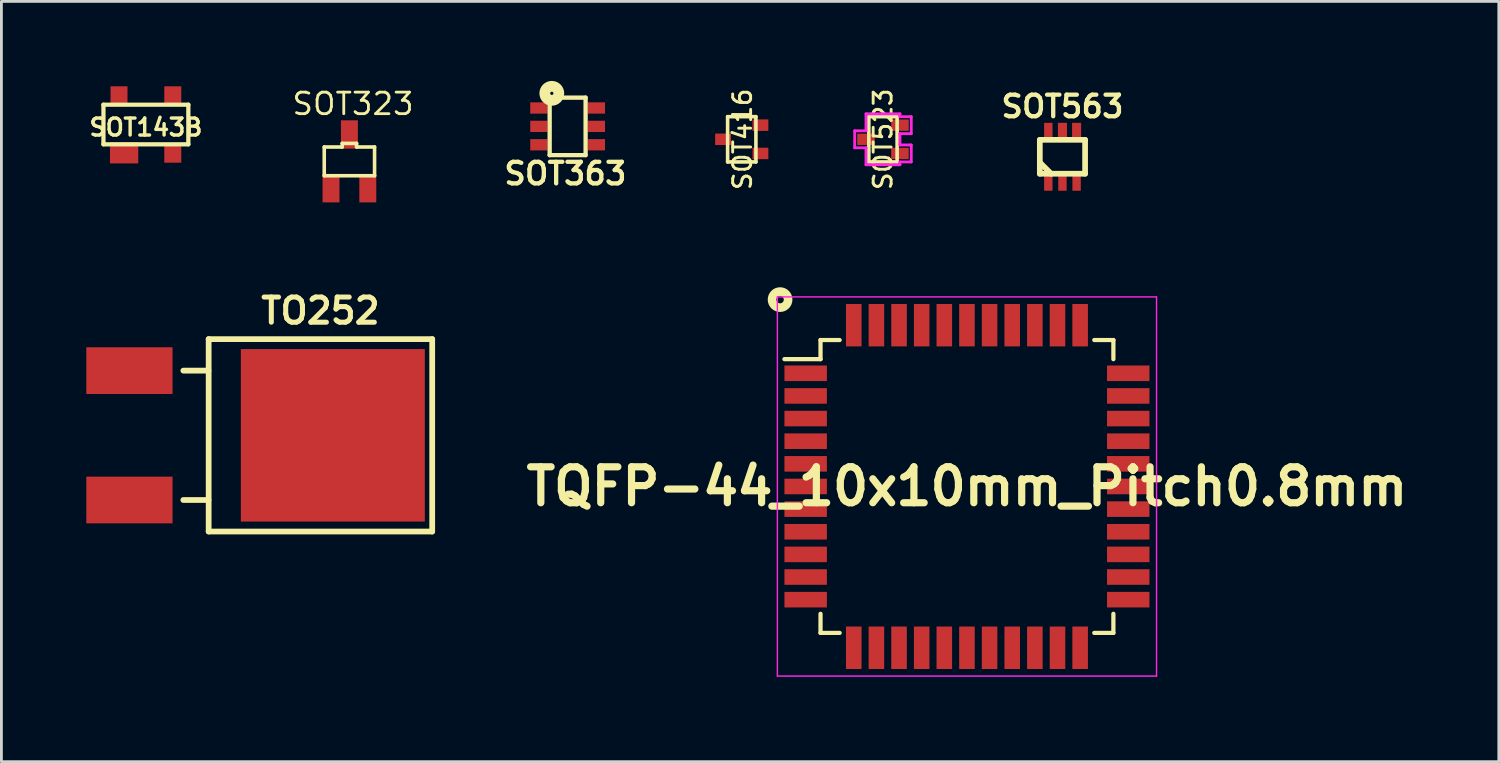
<source format=kicad_pcb>
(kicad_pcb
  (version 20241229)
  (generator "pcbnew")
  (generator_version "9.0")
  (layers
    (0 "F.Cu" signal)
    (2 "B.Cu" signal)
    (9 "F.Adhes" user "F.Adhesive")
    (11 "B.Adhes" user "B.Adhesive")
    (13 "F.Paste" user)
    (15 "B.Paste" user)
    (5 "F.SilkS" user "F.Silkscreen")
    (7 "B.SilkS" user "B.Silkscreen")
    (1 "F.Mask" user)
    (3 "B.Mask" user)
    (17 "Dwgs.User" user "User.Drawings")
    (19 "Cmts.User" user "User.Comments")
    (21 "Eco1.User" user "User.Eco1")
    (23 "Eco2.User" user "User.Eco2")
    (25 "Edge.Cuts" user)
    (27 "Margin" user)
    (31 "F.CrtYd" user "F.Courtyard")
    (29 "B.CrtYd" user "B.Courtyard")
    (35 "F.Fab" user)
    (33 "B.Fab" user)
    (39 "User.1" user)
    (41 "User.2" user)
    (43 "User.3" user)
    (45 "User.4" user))
  (footprint "SOT363"
    (layer "F.Cu")
    (at 17.01 1.416)
    (property "Reference" "SOT363" (at -0.079 1.669 180) (layer "F.SilkS") (effects (font (size 0.762 0.762) (thickness 0.152))))
    (attr smd)
    (fp_line (start -0.635 -1.016) (end -0.635 1.016) (stroke (width 0.152) (type solid)) (layer "F.SilkS"))
    (fp_line (start -0.635 1.016) (end 0.635 1.016) (stroke (width 0.152) (type solid)) (layer "F.SilkS"))
    (fp_line (start 0.635 -1.016) (end -0.635 -1.016) (stroke (width 0.152) (type solid)) (layer "F.SilkS"))
    (fp_line (start 0.635 1.016) (end 0.635 -1.016) (stroke (width 0.152) (type solid)) (layer "F.SilkS"))
    (fp_circle (center -0.559 -1.168) (end -0.61 -1.194) (stroke (width 0.381) (type solid)) (fill no) (layer "F.SilkS"))
    (pad "1" smd rect (at -1.016 -0.65) (size 0.61 0.399) (layers "F.Cu" "F.Mask" "F.Paste"))
    (pad "2" smd rect (at -1.016 0) (size 0.61 0.399) (layers "F.Cu" "F.Mask" "F.Paste"))
    (pad "3" smd rect (at -1.016 0.65) (size 0.61 0.399) (layers "F.Cu" "F.Mask" "F.Paste"))
    (pad "4" smd rect (at 1.016 0.65) (size 0.61 0.399) (layers "F.Cu" "F.Mask" "F.Paste"))
    (pad "5" smd rect (at 1.016 0) (size 0.61 0.399) (layers "F.Cu" "F.Mask" "F.Paste"))
    (pad "6" smd rect (at 1.016 -0.65) (size 0.61 0.399) (layers "F.Cu" "F.Mask" "F.Paste")))
  (footprint "SOT323"
    (layer "F.Cu")
    (at 9.298 2.652)
    (property "Reference" "SOT323" (at 0.127 -2.032 0) (layer "F.SilkS") (effects (font (size 0.762 0.762) (thickness 0.099))))
    (attr smd)
    (fp_line (start -0.889 -0.508) (end -0.889 0.508) (stroke (width 0.127) (type solid)) (layer "F.SilkS"))
    (fp_line (start -0.889 0.508) (end 0.889 0.508) (stroke (width 0.127) (type solid)) (layer "F.SilkS"))
    (fp_line (start -0.254 -0.635) (end -0.254 -0.508) (stroke (width 0.127) (type solid)) (layer "F.SilkS"))
    (fp_line (start -0.254 -0.508) (end -0.889 -0.508) (stroke (width 0.127) (type solid)) (layer "F.SilkS"))
    (fp_line (start 0.254 -0.635) (end -0.254 -0.635) (stroke (width 0.127) (type solid)) (layer "F.SilkS"))
    (fp_line (start 0.254 -0.508) (end 0.254 -0.635) (stroke (width 0.127) (type solid)) (layer "F.SilkS"))
    (fp_line (start 0.889 -0.508) (end 0.254 -0.508) (stroke (width 0.127) (type solid)) (layer "F.SilkS"))
    (fp_line (start 0.889 0.508) (end 0.889 -0.508) (stroke (width 0.127) (type solid)) (layer "F.SilkS"))
    (pad "1" smd rect (at -0.65 0.95 180) (size 0.599 1.001) (layers "F.Cu" "F.Mask" "F.Paste"))
    (pad "2" smd rect (at 0.65 0.95 180) (size 0.599 1.001) (layers "F.Cu" "F.Mask" "F.Paste"))
    (pad "3" smd rect (at 0 -0.95 180) (size 0.599 1.001) (layers "F.Cu" "F.Mask" "F.Paste")))
  (footprint "SOT523"
    (layer "F.Cu")
    (at 28.154 1.873)
    (property "Reference" "SOT523" (at 0 0 90) (layer "F.SilkS") (effects (font (size 0.635 0.635) (thickness 0.102))))
    (attr smd)
    (fp_line (start -0.5 -0.8) (end -0.5 0.8) (stroke (width 0.127) (type solid)) (layer "F.SilkS"))
    (fp_line (start -0.5 0.8) (end 0.5 0.8) (stroke (width 0.127) (type solid)) (layer "F.SilkS"))
    (fp_line (start 0.5 -0.8) (end -0.5 -0.8) (stroke (width 0.127) (type solid)) (layer "F.SilkS"))
    (fp_line (start 0.5 0.8) (end 0.5 -0.8) (stroke (width 0.127) (type solid)) (layer "F.SilkS"))
    (fp_line (start -1 -0.3) (end -1 0.3) (stroke (width 0.1) (type solid)) (layer "F.CrtYd"))
    (fp_line (start -1 0.3) (end -0.6 0.3) (stroke (width 0.1) (type solid)) (layer "F.CrtYd"))
    (fp_line (start -0.6 -0.9) (end -0.6 -0.3) (stroke (width 0.1) (type solid)) (layer "F.CrtYd"))
    (fp_line (start -0.6 -0.3) (end -1 -0.3) (stroke (width 0.1) (type solid)) (layer "F.CrtYd"))
    (fp_line (start -0.6 0.3) (end -0.6 0.9) (stroke (width 0.1) (type solid)) (layer "F.CrtYd"))
    (fp_line (start -0.6 0.9) (end 0.6 0.9) (stroke (width 0.1) (type solid)) (layer "F.CrtYd"))
    (fp_line (start 0.6 -0.9) (end -0.6 -0.9) (stroke (width 0.1) (type solid)) (layer "F.CrtYd"))
    (fp_line (start 0.6 -0.8) (end 0.6 -0.9) (stroke (width 0.1) (type solid)) (layer "F.CrtYd"))
    (fp_line (start 0.6 -0.2) (end 1 -0.2) (stroke (width 0.1) (type solid)) (layer "F.CrtYd"))
    (fp_line (start 0.6 0.2) (end 0.6 -0.2) (stroke (width 0.1) (type solid)) (layer "F.CrtYd"))
    (fp_line (start 0.6 0.8) (end 1 0.8) (stroke (width 0.1) (type solid)) (layer "F.CrtYd"))
    (fp_line (start 0.6 0.9) (end 0.6 0.8) (stroke (width 0.1) (type solid)) (layer "F.CrtYd"))
    (fp_line (start 1 -0.8) (end 0.6 -0.8) (stroke (width 0.1) (type solid)) (layer "F.CrtYd"))
    (fp_line (start 1 -0.2) (end 1 -0.8) (stroke (width 0.1) (type solid)) (layer "F.CrtYd"))
    (fp_line (start 1 0.2) (end 0.6 0.2) (stroke (width 0.1) (type solid)) (layer "F.CrtYd"))
    (fp_line (start 1 0.8) (end 1 0.2) (stroke (width 0.1) (type solid)) (layer "F.CrtYd"))
    (pad "1" smd rect (at 0.6 0.5 270) (size 0.4 0.62) (layers "F.Cu" "F.Mask" "F.Paste"))
    (pad "2" smd rect (at 0.6 -0.5 270) (size 0.4 0.62) (layers "F.Cu" "F.Mask" "F.Paste"))
    (pad "3" smd rect (at -0.6 0 270) (size 0.4 0.62) (layers "F.Cu" "F.Mask" "F.Paste")))
  (footprint "SOT563"
    (layer "F.Cu")
    (at 34.497 2.491)
    (property "Reference" "SOT563" (at 0 -1.778 0) (layer "F.SilkS") (effects (font (size 0.762 0.762) (thickness 0.152))))
    (attr through_hole)
    (fp_line (start -0.8 -0.599) (end -0.8 0.599) (stroke (width 0.201) (type solid)) (layer "F.SilkS"))
    (fp_line (start -0.8 0.599) (end 0.8 0.599) (stroke (width 0.201) (type solid)) (layer "F.SilkS"))
    (fp_line (start -0.4 0.6) (end -0.8 0.2) (stroke (width 0.2) (type solid)) (layer "F.SilkS"))
    (fp_line (start 0.8 -0.599) (end -0.8 -0.599) (stroke (width 0.201) (type solid)) (layer "F.SilkS"))
    (fp_line (start 0.8 0.599) (end 0.8 -0.599) (stroke (width 0.201) (type solid)) (layer "F.SilkS"))
    (pad "1" smd rect (at -0.5 0.9) (size 0.296 0.6) (layers "F.Cu" "F.Mask" "F.Paste"))
    (pad "2" smd rect (at 0 0.9) (size 0.296 0.6) (layers "F.Cu" "F.Mask" "F.Paste"))
    (pad "3" smd rect (at 0.5 0.9) (size 0.296 0.6) (layers "F.Cu" "F.Mask" "F.Paste"))
    (pad "4" smd rect (at 0.5 -0.9) (size 0.32 0.6) (layers "F.Cu" "F.Mask" "F.Paste"))
    (pad "5" smd rect (at 0 -0.9) (size 0.32 0.6) (layers "F.Cu" "F.Mask" "F.Paste"))
    (pad "6" smd rect (at -0.5 -0.9) (size 0.296 0.6) (layers "F.Cu" "F.Mask" "F.Paste")))
  (footprint "SOT143B"
    (layer "F.Cu")
    (at 2.106 1.35)
    (property "Reference" "SOT143B" (at 0 0.1 0) (layer "F.SilkS") (effects (font (size 0.6 0.6) (thickness 0.12))))
    (attr smd)
    (fp_line (start -1.5 -0.7) (end 1.5 -0.7) (stroke (width 0.15) (type solid)) (layer "F.SilkS"))
    (fp_line (start -1.5 0.7) (end -1.5 -0.7) (stroke (width 0.15) (type solid)) (layer "F.SilkS"))
    (fp_line (start 1.5 -0.7) (end 1.5 0.7) (stroke (width 0.15) (type solid)) (layer "F.SilkS"))
    (fp_line (start 1.5 0.7) (end -1.5 0.7) (stroke (width 0.15) (type solid)) (layer "F.SilkS"))
    (pad "1" smd rect (at -0.77 1) (size 1 0.75) (layers "F.Cu" "F.Mask" "F.Paste"))
    (pad "2" smd rect (at 0.95 1) (size 0.6 0.7) (layers "F.Cu" "F.Mask" "F.Paste"))
    (pad "3" smd rect (at 0.95 -1) (size 0.6 0.7) (layers "F.Cu" "F.Mask" "F.Paste"))
    (pad "4" smd rect (at -0.95 -1) (size 0.6 0.7) (layers "F.Cu" "F.Mask" "F.Paste")))
  (footprint "TO252"
    (layer "F.Cu")
    (at 4.524 12.334)
    (property "Reference" "TO252" (at 3.75 -4.4 0) (layer "F.SilkS") (effects (font (size 0.889 0.889) (thickness 0.178))))
    (attr smd)
    (fp_line (start -0.206 -2.286) (end -1.095 -2.286) (stroke (width 0.203) (type solid)) (layer "F.SilkS"))
    (fp_line (start -0.206 2.286) (end -1.095 2.286) (stroke (width 0.203) (type solid)) (layer "F.SilkS"))
    (fp_line (start -0.2 -3.4) (end -0.2 3.4) (stroke (width 0.203) (type solid)) (layer "F.SilkS"))
    (fp_line (start -0.2 3.4) (end 7.7 3.4) (stroke (width 0.203) (type solid)) (layer "F.SilkS"))
    (fp_line (start 7.7 -3.4) (end -0.2 -3.4) (stroke (width 0.203) (type solid)) (layer "F.SilkS"))
    (fp_line (start 7.7 3.4) (end 7.7 -3.4) (stroke (width 0.203) (type solid)) (layer "F.SilkS"))
    (pad "1" smd rect (at -3 -2.286 270) (size 1.651 3.048) (layers "F.Cu" "F.Mask" "F.Paste"))
    (pad "3" smd rect (at -3 2.286 270) (size 1.651 3.048) (layers "F.Cu" "F.Mask" "F.Paste"))
    (pad "4" smd rect (at 4.188 0 270) (size 6.096 6.502) (layers "F.Cu" "F.Mask" "F.Paste")))
  (footprint "TQFP-44_10x10mm_Pitch0.8mm"
    (layer "F.Cu")
    (at 31.122 14.142)
    (property "Reference" "TQFP-44_10x10mm_Pitch0.8mm" (at 0 0 0) (layer "F.SilkS") (effects (font (size 1.27 1.27) (thickness 0.254))))
    (attr smd)
    (fp_line (start -5.175 -5.175) (end -5.175 -4.5) (stroke (width 0.15) (type solid)) (layer "F.SilkS"))
    (fp_line (start -5.175 -5.175) (end -4.5 -5.175) (stroke (width 0.15) (type solid)) (layer "F.SilkS"))
    (fp_line (start -5.175 -4.5) (end -6.45 -4.5) (stroke (width 0.15) (type solid)) (layer "F.SilkS"))
    (fp_line (start -5.175 5.175) (end -5.175 4.5) (stroke (width 0.15) (type solid)) (layer "F.SilkS"))
    (fp_line (start -5.175 5.175) (end -4.5 5.175) (stroke (width 0.15) (type solid)) (layer "F.SilkS"))
    (fp_line (start 5.175 -5.175) (end 4.5 -5.175) (stroke (width 0.15) (type solid)) (layer "F.SilkS"))
    (fp_line (start 5.175 -5.175) (end 5.175 -4.5) (stroke (width 0.15) (type solid)) (layer "F.SilkS"))
    (fp_line (start 5.175 5.175) (end 4.5 5.175) (stroke (width 0.15) (type solid)) (layer "F.SilkS"))
    (fp_line (start 5.175 5.175) (end 5.175 4.5) (stroke (width 0.15) (type solid)) (layer "F.SilkS"))
    (fp_circle (center -6.604 -6.604) (end -6.35 -6.477) (stroke (width 0.305) (type solid)) (fill no) (layer "F.SilkS"))
    (fp_line (start -6.7 -6.7) (end -6.7 6.7) (stroke (width 0.05) (type solid)) (layer "F.CrtYd"))
    (fp_line (start -6.7 -6.7) (end 6.7 -6.7) (stroke (width 0.05) (type solid)) (layer "F.CrtYd"))
    (fp_line (start -6.7 6.7) (end 6.7 6.7) (stroke (width 0.05) (type solid)) (layer "F.CrtYd"))
    (fp_line (start 6.7 -6.7) (end 6.7 6.7) (stroke (width 0.05) (type solid)) (layer "F.CrtYd"))
    (pad "1" smd rect (at -5.7 -4) (size 1.5 0.55) (layers "F.Cu" "F.Mask" "F.Paste"))
    (pad "2" smd rect (at -5.7 -3.2) (size 1.5 0.55) (layers "F.Cu" "F.Mask" "F.Paste"))
    (pad "3" smd rect (at -5.7 -2.4) (size 1.5 0.55) (layers "F.Cu" "F.Mask" "F.Paste"))
    (pad "4" smd rect (at -5.7 -1.6) (size 1.5 0.55) (layers "F.Cu" "F.Mask" "F.Paste"))
    (pad "5" smd rect (at -5.7 -0.8) (size 1.5 0.55) (layers "F.Cu" "F.Mask" "F.Paste"))
    (pad "6" smd rect (at -5.7 0) (size 1.5 0.55) (layers "F.Cu" "F.Mask" "F.Paste"))
    (pad "7" smd rect (at -5.7 0.8) (size 1.5 0.55) (layers "F.Cu" "F.Mask" "F.Paste"))
    (pad "8" smd rect (at -5.7 1.6) (size 1.5 0.55) (layers "F.Cu" "F.Mask" "F.Paste"))
    (pad "9" smd rect (at -5.7 2.4) (size 1.5 0.55) (layers "F.Cu" "F.Mask" "F.Paste"))
    (pad "10" smd rect (at -5.7 3.2) (size 1.5 0.55) (layers "F.Cu" "F.Mask" "F.Paste"))
    (pad "11" smd rect (at -5.7 4) (size 1.5 0.55) (layers "F.Cu" "F.Mask" "F.Paste"))
    (pad "12" smd rect (at -4 5.7 90) (size 1.5 0.55) (layers "F.Cu" "F.Mask" "F.Paste"))
    (pad "13" smd rect (at -3.2 5.7 90) (size 1.5 0.55) (layers "F.Cu" "F.Mask" "F.Paste"))
    (pad "14" smd rect (at -2.4 5.7 90) (size 1.5 0.55) (layers "F.Cu" "F.Mask" "F.Paste"))
    (pad "15" smd rect (at -1.6 5.7 90) (size 1.5 0.55) (layers "F.Cu" "F.Mask" "F.Paste"))
    (pad "16" smd rect (at -0.8 5.7 90) (size 1.5 0.55) (layers "F.Cu" "F.Mask" "F.Paste"))
    (pad "17" smd rect (at 0 5.7 90) (size 1.5 0.55) (layers "F.Cu" "F.Mask" "F.Paste"))
    (pad "18" smd rect (at 0.8 5.7 90) (size 1.5 0.55) (layers "F.Cu" "F.Mask" "F.Paste"))
    (pad "19" smd rect (at 1.6 5.7 90) (size 1.5 0.55) (layers "F.Cu" "F.Mask" "F.Paste"))
    (pad "20" smd rect (at 2.4 5.7 90) (size 1.5 0.55) (layers "F.Cu" "F.Mask" "F.Paste"))
    (pad "21" smd rect (at 3.2 5.7 90) (size 1.5 0.55) (layers "F.Cu" "F.Mask" "F.Paste"))
    (pad "22" smd rect (at 4 5.7 90) (size 1.5 0.55) (layers "F.Cu" "F.Mask" "F.Paste"))
    (pad "23" smd rect (at 5.7 4) (size 1.5 0.55) (layers "F.Cu" "F.Mask" "F.Paste"))
    (pad "24" smd rect (at 5.7 3.2) (size 1.5 0.55) (layers "F.Cu" "F.Mask" "F.Paste"))
    (pad "25" smd rect (at 5.7 2.4) (size 1.5 0.55) (layers "F.Cu" "F.Mask" "F.Paste"))
    (pad "26" smd rect (at 5.7 1.6) (size 1.5 0.55) (layers "F.Cu" "F.Mask" "F.Paste"))
    (pad "27" smd rect (at 5.7 0.8) (size 1.5 0.55) (layers "F.Cu" "F.Mask" "F.Paste"))
    (pad "28" smd rect (at 5.7 0) (size 1.5 0.55) (layers "F.Cu" "F.Mask" "F.Paste"))
    (pad "29" smd rect (at 5.7 -0.8) (size 1.5 0.55) (layers "F.Cu" "F.Mask" "F.Paste"))
    (pad "30" smd rect (at 5.7 -1.6) (size 1.5 0.55) (layers "F.Cu" "F.Mask" "F.Paste"))
    (pad "31" smd rect (at 5.7 -2.4) (size 1.5 0.55) (layers "F.Cu" "F.Mask" "F.Paste"))
    (pad "32" smd rect (at 5.7 -3.2) (size 1.5 0.55) (layers "F.Cu" "F.Mask" "F.Paste"))
    (pad "33" smd rect (at 5.7 -4) (size 1.5 0.55) (layers "F.Cu" "F.Mask" "F.Paste"))
    (pad "34" smd rect (at 4 -5.7 90) (size 1.5 0.55) (layers "F.Cu" "F.Mask" "F.Paste"))
    (pad "35" smd rect (at 3.2 -5.7 90) (size 1.5 0.55) (layers "F.Cu" "F.Mask" "F.Paste"))
    (pad "36" smd rect (at 2.4 -5.7 90) (size 1.5 0.55) (layers "F.Cu" "F.Mask" "F.Paste"))
    (pad "37" smd rect (at 1.6 -5.7 90) (size 1.5 0.55) (layers "F.Cu" "F.Mask" "F.Paste"))
    (pad "38" smd rect (at 0.8 -5.7 90) (size 1.5 0.55) (layers "F.Cu" "F.Mask" "F.Paste"))
    (pad "39" smd rect (at 0 -5.7 90) (size 1.5 0.55) (layers "F.Cu" "F.Mask" "F.Paste"))
    (pad "40" smd rect (at -0.8 -5.7 90) (size 1.5 0.55) (layers "F.Cu" "F.Mask" "F.Paste"))
    (pad "41" smd rect (at -1.6 -5.7 90) (size 1.5 0.55) (layers "F.Cu" "F.Mask" "F.Paste"))
    (pad "42" smd rect (at -2.4 -5.7 90) (size 1.5 0.55) (layers "F.Cu" "F.Mask" "F.Paste"))
    (pad "43" smd rect (at -3.2 -5.7 90) (size 1.5 0.55) (layers "F.Cu" "F.Mask" "F.Paste"))
    (pad "44" smd rect (at -4 -5.7 90) (size 1.5 0.55) (layers "F.Cu" "F.Mask" "F.Paste")))
  (footprint "SOT416"
    (layer "F.Cu")
    (at 23.164 1.873)
    (property "Reference" "SOT416" (at 0.025 0 90) (layer "F.SilkS") (effects (font (size 0.635 0.635) (thickness 0.102))))
    (attr smd)
    (fp_line (start -0.5 -0.8) (end -0.5 0.8) (stroke (width 0.127) (type solid)) (layer "F.SilkS"))
    (fp_line (start -0.5 0.8) (end 0.5 0.8) (stroke (width 0.127) (type solid)) (layer "F.SilkS"))
    (fp_line (start 0.5 -0.8) (end -0.5 -0.8) (stroke (width 0.127) (type solid)) (layer "F.SilkS"))
    (fp_line (start 0.5 0.8) (end 0.5 -0.8) (stroke (width 0.127) (type solid)) (layer "F.SilkS"))
    (pad "1" smd rect (at 0.66 0.5 270) (size 0.406 0.559) (layers "F.Cu" "F.Mask" "F.Paste"))
    (pad "2" smd rect (at 0.66 -0.5 270) (size 0.406 0.559) (layers "F.Cu" "F.Mask" "F.Paste"))
    (pad "3" smd rect (at -0.66 0 270) (size 0.406 0.559) (layers "F.Cu" "F.Mask" "F.Paste")))
  (gr_rect
    (start -3 -3)
    (end 49.918 23.867)
    (stroke (width 0.1) (type default))
    (fill no)
    (layer "Edge.Cuts")))
</source>
